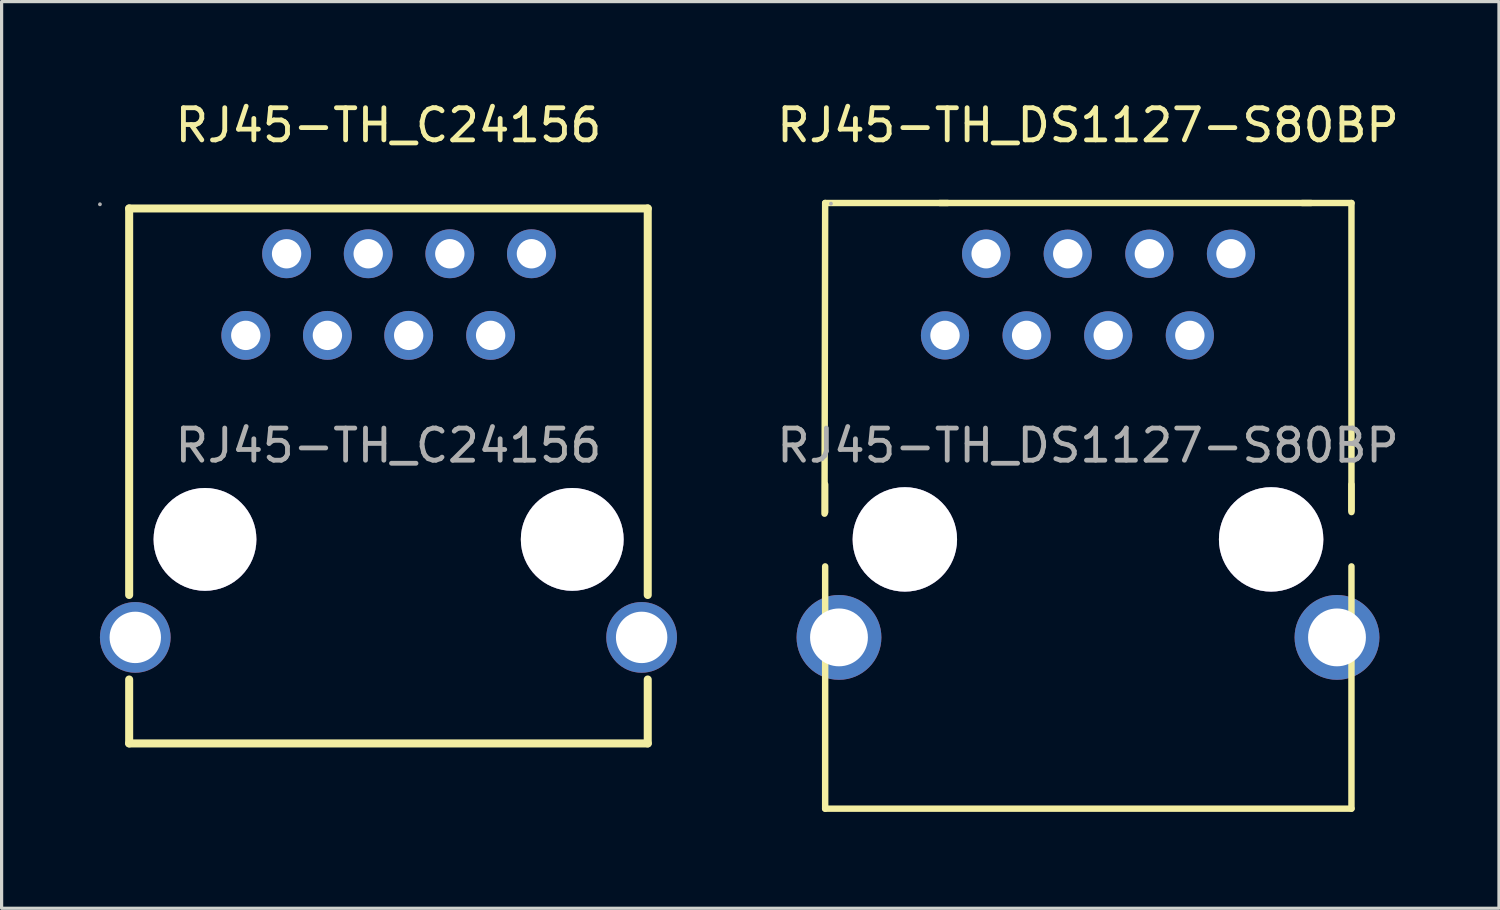
<source format=kicad_pcb>
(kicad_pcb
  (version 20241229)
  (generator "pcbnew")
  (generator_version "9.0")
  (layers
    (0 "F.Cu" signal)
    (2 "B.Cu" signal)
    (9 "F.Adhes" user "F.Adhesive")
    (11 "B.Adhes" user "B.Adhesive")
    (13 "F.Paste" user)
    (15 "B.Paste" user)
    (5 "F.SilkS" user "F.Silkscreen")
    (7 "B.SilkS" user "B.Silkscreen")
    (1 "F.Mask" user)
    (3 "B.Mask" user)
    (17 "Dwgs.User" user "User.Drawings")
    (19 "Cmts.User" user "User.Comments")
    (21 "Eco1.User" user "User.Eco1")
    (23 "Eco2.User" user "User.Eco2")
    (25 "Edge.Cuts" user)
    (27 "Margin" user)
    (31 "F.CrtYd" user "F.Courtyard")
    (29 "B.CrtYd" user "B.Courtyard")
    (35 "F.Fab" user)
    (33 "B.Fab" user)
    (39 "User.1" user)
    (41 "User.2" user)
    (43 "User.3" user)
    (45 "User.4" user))
  (footprint "RJ45-TH_DS1127-S80BP"
    (layer "F.Cu")
    (at 30.812 10.818)
    (property "Reference" "RJ45-TH_DS1127-S80BP" (at 0 -9.97 0) (layer "F.SilkS") (effects (font (size 1 1) (thickness 0.15))))
    (attr through_hole)
    (fp_line (start -8.2 2.12) (end -8.18 -7.55) (stroke (width 0.2) (type solid)) (layer "F.SilkS"))
    (fp_line (start -8.18 -7.55) (end -4.37 -7.55) (stroke (width 0.2) (type solid)) (layer "F.SilkS"))
    (fp_line (start -8.18 2.07) (end -8.18 1.21) (stroke (width 0.2) (type solid)) (layer "F.SilkS"))
    (fp_line (start -8.18 11.3) (end -8.18 3.76) (stroke (width 0.2) (type solid)) (layer "F.SilkS"))
    (fp_line (start 6.94 -7.55) (end -4.61 -7.55) (stroke (width 0.2) (type solid)) (layer "F.SilkS"))
    (fp_line (start 8.2 -7.55) (end 6.67 -7.55) (stroke (width 0.2) (type solid)) (layer "F.SilkS"))
    (fp_line (start 8.2 2.02) (end 8.2 -7.55) (stroke (width 0.2) (type solid)) (layer "F.SilkS"))
    (fp_line (start 8.2 2.07) (end 8.2 1.21) (stroke (width 0.2) (type solid)) (layer "F.SilkS"))
    (fp_line (start 8.2 3.76) (end 8.2 11.3) (stroke (width 0.2) (type solid)) (layer "F.SilkS"))
    (fp_line (start 8.2 11.3) (end -8.18 11.3) (stroke (width 0.2) (type solid)) (layer "F.SilkS"))
    (fp_circle (center -5.7 2.92) (end -4.95 2.92) (stroke (width 1.5) (type solid)) (fill no) (layer "Cmts.User"))
    (fp_circle (center 5.7 2.92) (end 6.45 2.92) (stroke (width 1.5) (type solid)) (fill no) (layer "Cmts.User"))
    (fp_circle (center -8 -7.53) (end -7.97 -7.53) (stroke (width 0.06) (type solid)) (fill no) (layer "F.Fab"))
    (fp_circle (center -4.45 -3.43) (end -4.3 -3.43) (stroke (width 0.3) (type solid)) (fill no) (layer "F.Fab"))
    (fp_circle (center -3.17 -5.97) (end -3.02 -5.97) (stroke (width 0.3) (type solid)) (fill no) (layer "F.Fab"))
    (fp_circle (center -1.91 -3.43) (end -1.76 -3.43) (stroke (width 0.3) (type solid)) (fill no) (layer "F.Fab"))
    (fp_circle (center -0.63 -5.97) (end -0.48 -5.97) (stroke (width 0.3) (type solid)) (fill no) (layer "F.Fab"))
    (fp_circle (center 0.63 -3.43) (end 0.78 -3.43) (stroke (width 0.3) (type solid)) (fill no) (layer "F.Fab"))
    (fp_circle (center 1.91 -5.97) (end 2.06 -5.97) (stroke (width 0.3) (type solid)) (fill no) (layer "F.Fab"))
    (fp_circle (center 3.17 -3.43) (end 3.32 -3.43) (stroke (width 0.3) (type solid)) (fill no) (layer "F.Fab"))
    (fp_circle (center 4.45 -5.97) (end 4.6 -5.97) (stroke (width 0.3) (type solid)) (fill no) (layer "F.Fab"))
    (fp_text user "${REFERENCE}" (at 0 0 0) (layer "F.Fab") (effects (font (size 1 1) (thickness 0.15))))
    (pad "" thru_hole circle (at -5.7 2.92) (size 3.25 3.25) (drill 3.25) (layers "*.Cu" "*.Mask"))
    (pad "" thru_hole circle (at 5.7 2.92) (size 3.25 3.25) (drill 3.25) (layers "*.Cu" "*.Mask"))
    (pad "0" thru_hole circle (at -7.75 5.97) (size 2.64 2.64) (drill 1.8) (layers "*.Cu" "*.Paste" "*.Mask"))
    (pad "0" thru_hole circle (at 7.75 5.97 180) (size 2.64 2.64) (drill 1.8) (layers "*.Cu" "*.Paste" "*.Mask"))
    (pad "1" thru_hole circle (at -4.45 -3.43 180) (size 1.5 1.5) (drill 0.914) (layers "*.Cu" "*.Paste" "*.Mask"))
    (pad "2" thru_hole circle (at -3.17 -5.97 180) (size 1.5 1.5) (drill 0.914) (layers "*.Cu" "*.Paste" "*.Mask"))
    (pad "3" thru_hole circle (at -1.91 -3.43 180) (size 1.5 1.5) (drill 0.914) (layers "*.Cu" "*.Paste" "*.Mask"))
    (pad "4" thru_hole circle (at -0.63 -5.97 180) (size 1.5 1.5) (drill 0.914) (layers "*.Cu" "*.Paste" "*.Mask"))
    (pad "5" thru_hole circle (at 0.63 -3.43 180) (size 1.5 1.5) (drill 0.914) (layers "*.Cu" "*.Paste" "*.Mask"))
    (pad "6" thru_hole circle (at 1.91 -5.97 180) (size 1.5 1.5) (drill 0.914) (layers "*.Cu" "*.Paste" "*.Mask"))
    (pad "7" thru_hole circle (at 3.17 -3.43 180) (size 1.5 1.5) (drill 0.914) (layers "*.Cu" "*.Paste" "*.Mask"))
    (pad "8" thru_hole circle (at 4.45 -5.97 180) (size 1.5 1.5) (drill 0.914) (layers "*.Cu" "*.Paste" "*.Mask")))
  (footprint "RJ45-TH_C24156"
    (layer "F.Cu")
    (at 9.04 10.818)
    (property "Reference" "RJ45-TH_C24156" (at 0 -9.97 0) (layer "F.SilkS") (effects (font (size 1 1) (thickness 0.15))))
    (attr through_hole)
    (fp_line (start -8.07 -7.38) (end -8.07 4.65) (stroke (width 0.25) (type solid)) (layer "F.SilkS"))
    (fp_line (start -8.07 7.28) (end -8.07 9.27) (stroke (width 0.25) (type solid)) (layer "F.SilkS"))
    (fp_line (start 8.07 -7.38) (end -8.07 -7.38) (stroke (width 0.25) (type solid)) (layer "F.SilkS"))
    (fp_line (start 8.07 -7.38) (end 8.07 4.65) (stroke (width 0.25) (type solid)) (layer "F.SilkS"))
    (fp_line (start 8.07 7.28) (end 8.07 9.27) (stroke (width 0.25) (type solid)) (layer "F.SilkS"))
    (fp_line (start 8.07 9.27) (end -8.07 9.27) (stroke (width 0.25) (type solid)) (layer "F.SilkS"))
    (fp_circle (center -8.98 -7.51) (end -8.95 -7.51) (stroke (width 0.06) (type solid)) (fill no) (layer "F.Fab"))
    (fp_circle (center -7.88 5.97) (end -7.53 5.97) (stroke (width 0.7) (type solid)) (fill no) (layer "F.Fab"))
    (fp_circle (center -5.71 2.92) (end -4.96 2.92) (stroke (width 1.5) (type solid)) (fill no) (layer "F.Fab"))
    (fp_circle (center -4.44 -3.43) (end -4.26 -3.43) (stroke (width 0.36) (type solid)) (fill no) (layer "F.Fab"))
    (fp_circle (center -3.17 -5.97) (end -2.99 -5.97) (stroke (width 0.36) (type solid)) (fill no) (layer "F.Fab"))
    (fp_circle (center -1.9 -3.43) (end -1.72 -3.43) (stroke (width 0.36) (type solid)) (fill no) (layer "F.Fab"))
    (fp_circle (center -0.63 -5.97) (end -0.45 -5.97) (stroke (width 0.36) (type solid)) (fill no) (layer "F.Fab"))
    (fp_circle (center 0.63 -3.43) (end 0.81 -3.43) (stroke (width 0.36) (type solid)) (fill no) (layer "F.Fab"))
    (fp_circle (center 1.91 -5.97) (end 2.09 -5.97) (stroke (width 0.36) (type solid)) (fill no) (layer "F.Fab"))
    (fp_circle (center 3.18 -3.43) (end 3.36 -3.43) (stroke (width 0.36) (type solid)) (fill no) (layer "F.Fab"))
    (fp_circle (center 4.45 -5.97) (end 4.63 -5.97) (stroke (width 0.36) (type solid)) (fill no) (layer "F.Fab"))
    (fp_circle (center 5.72 2.92) (end 6.47 2.92) (stroke (width 1.5) (type solid)) (fill no) (layer "F.Fab"))
    (fp_circle (center 7.88 5.97) (end 8.23 5.97) (stroke (width 0.7) (type solid)) (fill no) (layer "F.Fab"))
    (fp_text user "${REFERENCE}" (at 0 0 0) (layer "F.Fab") (effects (font (size 1 1) (thickness 0.15))))
    (pad "" thru_hole circle (at -5.71 2.92) (size 3.2 3.2) (drill 3.2) (layers "*.Cu" "*.Mask"))
    (pad "" thru_hole circle (at 5.72 2.92) (size 3.2 3.2) (drill 3.2) (layers "*.Cu" "*.Mask"))
    (pad "1" thru_hole circle (at -4.44 -3.43) (size 1.52 1.52) (drill 0.914) (layers "*.Cu" "*.Paste" "*.Mask"))
    (pad "2" thru_hole circle (at -3.17 -5.97) (size 1.52 1.52) (drill 0.914) (layers "*.Cu" "*.Paste" "*.Mask"))
    (pad "3" thru_hole circle (at -1.9 -3.43) (size 1.52 1.52) (drill 0.914) (layers "*.Cu" "*.Paste" "*.Mask"))
    (pad "4" thru_hole circle (at -0.63 -5.97) (size 1.52 1.52) (drill 0.914) (layers "*.Cu" "*.Paste" "*.Mask"))
    (pad "5" thru_hole circle (at 0.63 -3.43) (size 1.52 1.52) (drill 0.914) (layers "*.Cu" "*.Paste" "*.Mask"))
    (pad "6" thru_hole circle (at 1.91 -5.97) (size 1.52 1.52) (drill 0.914) (layers "*.Cu" "*.Paste" "*.Mask"))
    (pad "7" thru_hole circle (at 3.18 -3.43) (size 1.52 1.52) (drill 0.914) (layers "*.Cu" "*.Paste" "*.Mask"))
    (pad "8" thru_hole circle (at 4.45 -5.97) (size 1.52 1.52) (drill 0.914) (layers "*.Cu" "*.Paste" "*.Mask"))
    (pad "9" thru_hole circle (at -7.88 5.97) (size 2.2 2.2) (drill 1.6) (layers "*.Cu" "*.Paste" "*.Mask"))
    (pad "10" thru_hole circle (at 7.88 5.97) (size 2.2 2.2) (drill 1.6) (layers "*.Cu" "*.Paste" "*.Mask")))
  (gr_rect
    (start -3 -3)
    (end 43.603 25.218)
    (stroke (width 0.1) (type default))
    (fill no)
    (layer "Edge.Cuts")))
</source>
